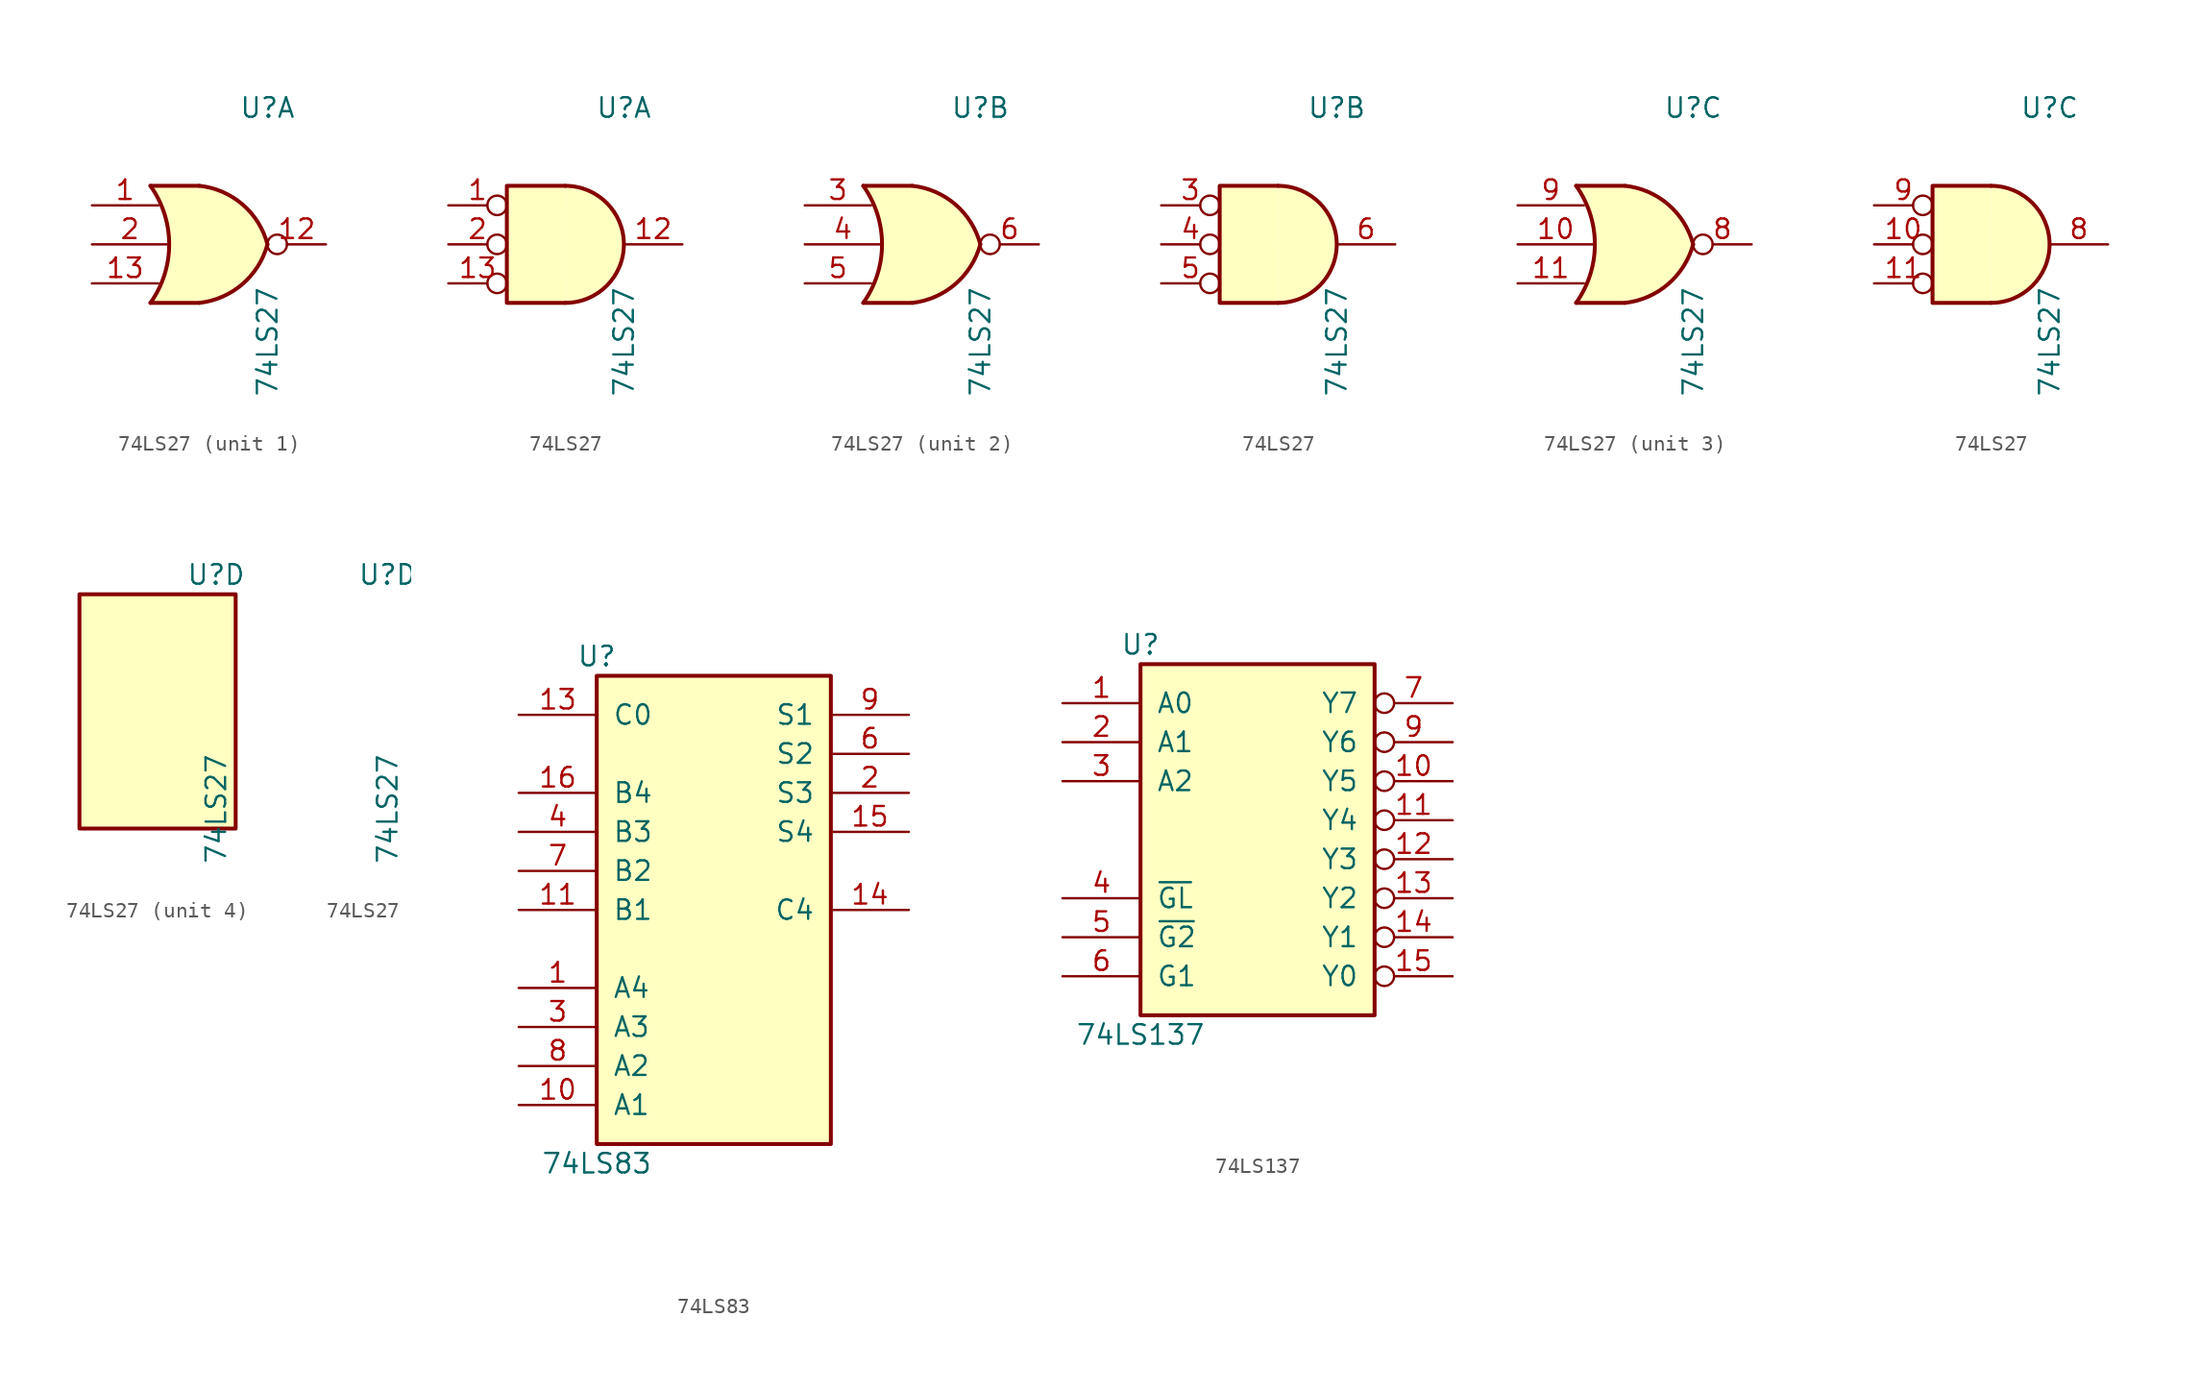
<source format=kicad_sym>
(kicad_symbol_lib
  (version 20211014)
  (generator kicad_symbol_editor)
  (symbol "74LS27"
    (pin_names
      (offset 1.016))
    (property "Reference" "U"
      (at 3.81 8.89 0)
      (effects (font (size 1.27 1.27))))
    (property "Value" "74LS27"
      (at 3.81 -6.35 90)
      (effects (font (size 1.27 1.27))))
    (property "ki_locked" ""
      (at 0 0 0)
      (effects (font (size 1.27 1.27))))
    (symbol "74LS27_1_1"
      (arc (start -3.81 -3.81) (mid -2.589 0) (end -3.81 3.81) (stroke (width 0.254) (type default) (color 0 0 0 0)) (fill (type none)))
      (arc (start -0.6096 -3.81) (mid 2.1842 -2.5851) (end 3.81 0) (stroke (width 0.254) (type default) (color 0 0 0 0)) (fill (type background)))
      (polyline (pts (xy -3.81 -3.81) (xy -0.635 -3.81)) (stroke (width 0.254) (type default) (color 0 0 0 0)) (fill (type background)))
      (polyline (pts (xy -3.81 3.81) (xy -0.635 3.81)) (stroke (width 0.254) (type default) (color 0 0 0 0)) (fill (type background)))
      (polyline (pts (xy -0.635 3.81) (xy -3.81 3.81) (xy -3.81 3.81) (xy -3.556 3.404) (xy -3.023 2.261) (xy -2.692 1.041) (xy -2.616 -0.254) (xy -2.769 -1.499) (xy -3.175 -2.718) (xy -3.81 -3.81) (xy -3.81 -3.81) (xy -0.635 -3.81)) (stroke (width -25.4) (type default) (color 0 0 0 0)) (fill (type background)))
      (arc (start 3.81 0) (mid 2.1915 2.5936) (end -0.6096 3.81) (stroke (width 0.254) (type default) (color 0 0 0 0)) (fill (type background)))
      (pin input line (at -7.62 2.54 0) (length 4.318) (name "~" (effects (font (size 1.27 1.27)))) (number "1" (effects (font (size 1.27 1.27)))))
      (pin output inverted (at 7.62 0 180) (length 3.81) (name "~" (effects (font (size 1.27 1.27)))) (number "12" (effects (font (size 1.27 1.27)))))
      (pin input line (at -7.62 -2.54 0) (length 4.318) (name "~" (effects (font (size 1.27 1.27)))) (number "13" (effects (font (size 1.27 1.27)))))
      (pin input line (at -7.62 0 0) (length 4.953) (name "~" (effects (font (size 1.27 1.27)))) (number "2" (effects (font (size 1.27 1.27))))))
    (symbol "74LS27_1_2"
      (arc (start 0 -3.81) (mid 3.81 0) (end 0 3.81) (stroke (width 0.254) (type default) (color 0 0 0 0)) (fill (type background)))
      (polyline (pts (xy 0 3.81) (xy -3.81 3.81) (xy -3.81 -3.81) (xy 0 -3.81)) (stroke (width 0.254) (type default) (color 0 0 0 0)) (fill (type background)))
      (pin input inverted (at -7.62 2.54 0) (length 3.81) (name "~" (effects (font (size 1.27 1.27)))) (number "1" (effects (font (size 1.27 1.27)))))
      (pin output line (at 7.62 0 180) (length 3.81) (name "~" (effects (font (size 1.27 1.27)))) (number "12" (effects (font (size 1.27 1.27)))))
      (pin input inverted (at -7.62 -2.54 0) (length 3.81) (name "~" (effects (font (size 1.27 1.27)))) (number "13" (effects (font (size 1.27 1.27)))))
      (pin input inverted (at -7.62 0 0) (length 3.81) (name "~" (effects (font (size 1.27 1.27)))) (number "2" (effects (font (size 1.27 1.27))))))
    (symbol "74LS27_2_1"
      (arc (start -3.81 -3.81) (mid -2.589 0) (end -3.81 3.81) (stroke (width 0.254) (type default) (color 0 0 0 0)) (fill (type none)))
      (arc (start -0.6096 -3.81) (mid 2.1842 -2.5851) (end 3.81 0) (stroke (width 0.254) (type default) (color 0 0 0 0)) (fill (type background)))
      (polyline (pts (xy -3.81 -3.81) (xy -0.635 -3.81)) (stroke (width 0.254) (type default) (color 0 0 0 0)) (fill (type background)))
      (polyline (pts (xy -3.81 3.81) (xy -0.635 3.81)) (stroke (width 0.254) (type default) (color 0 0 0 0)) (fill (type background)))
      (polyline (pts (xy -0.635 3.81) (xy -3.81 3.81) (xy -3.81 3.81) (xy -3.556 3.404) (xy -3.023 2.261) (xy -2.692 1.041) (xy -2.616 -0.254) (xy -2.769 -1.499) (xy -3.175 -2.718) (xy -3.81 -3.81) (xy -3.81 -3.81) (xy -0.635 -3.81)) (stroke (width -25.4) (type default) (color 0 0 0 0)) (fill (type background)))
      (arc (start 3.81 0) (mid 2.1915 2.5936) (end -0.6096 3.81) (stroke (width 0.254) (type default) (color 0 0 0 0)) (fill (type background)))
      (pin input line (at -7.62 2.54 0) (length 4.318) (name "~" (effects (font (size 1.27 1.27)))) (number "3" (effects (font (size 1.27 1.27)))))
      (pin input line (at -7.62 0 0) (length 4.953) (name "~" (effects (font (size 1.27 1.27)))) (number "4" (effects (font (size 1.27 1.27)))))
      (pin input line (at -7.62 -2.54 0) (length 4.318) (name "~" (effects (font (size 1.27 1.27)))) (number "5" (effects (font (size 1.27 1.27)))))
      (pin output inverted (at 7.62 0 180) (length 3.81) (name "~" (effects (font (size 1.27 1.27)))) (number "6" (effects (font (size 1.27 1.27))))))
    (symbol "74LS27_2_2"
      (arc (start 0 -3.81) (mid 3.81 0) (end 0 3.81) (stroke (width 0.254) (type default) (color 0 0 0 0)) (fill (type background)))
      (polyline (pts (xy 0 3.81) (xy -3.81 3.81) (xy -3.81 -3.81) (xy 0 -3.81)) (stroke (width 0.254) (type default) (color 0 0 0 0)) (fill (type background)))
      (pin input inverted (at -7.62 2.54 0) (length 3.81) (name "~" (effects (font (size 1.27 1.27)))) (number "3" (effects (font (size 1.27 1.27)))))
      (pin input inverted (at -7.62 0 0) (length 3.81) (name "~" (effects (font (size 1.27 1.27)))) (number "4" (effects (font (size 1.27 1.27)))))
      (pin input inverted (at -7.62 -2.54 0) (length 3.81) (name "~" (effects (font (size 1.27 1.27)))) (number "5" (effects (font (size 1.27 1.27)))))
      (pin output line (at 7.62 0 180) (length 3.81) (name "~" (effects (font (size 1.27 1.27)))) (number "6" (effects (font (size 1.27 1.27))))))
    (symbol "74LS27_3_1"
      (arc (start -3.81 -3.81) (mid -2.589 0) (end -3.81 3.81) (stroke (width 0.254) (type default) (color 0 0 0 0)) (fill (type none)))
      (arc (start -0.6096 -3.81) (mid 2.1842 -2.5851) (end 3.81 0) (stroke (width 0.254) (type default) (color 0 0 0 0)) (fill (type background)))
      (polyline (pts (xy -3.81 -3.81) (xy -0.635 -3.81)) (stroke (width 0.254) (type default) (color 0 0 0 0)) (fill (type background)))
      (polyline (pts (xy -3.81 3.81) (xy -0.635 3.81)) (stroke (width 0.254) (type default) (color 0 0 0 0)) (fill (type background)))
      (polyline (pts (xy -0.635 3.81) (xy -3.81 3.81) (xy -3.81 3.81) (xy -3.556 3.404) (xy -3.023 2.261) (xy -2.692 1.041) (xy -2.616 -0.254) (xy -2.769 -1.499) (xy -3.175 -2.718) (xy -3.81 -3.81) (xy -3.81 -3.81) (xy -0.635 -3.81)) (stroke (width -25.4) (type default) (color 0 0 0 0)) (fill (type background)))
      (arc (start 3.81 0) (mid 2.1915 2.5936) (end -0.6096 3.81) (stroke (width 0.254) (type default) (color 0 0 0 0)) (fill (type background)))
      (pin input line (at -7.62 0 0) (length 4.953) (name "~" (effects (font (size 1.27 1.27)))) (number "10" (effects (font (size 1.27 1.27)))))
      (pin input line (at -7.62 -2.54 0) (length 4.318) (name "~" (effects (font (size 1.27 1.27)))) (number "11" (effects (font (size 1.27 1.27)))))
      (pin output inverted (at 7.62 0 180) (length 3.81) (name "~" (effects (font (size 1.27 1.27)))) (number "8" (effects (font (size 1.27 1.27)))))
      (pin input line (at -7.62 2.54 0) (length 4.318) (name "~" (effects (font (size 1.27 1.27)))) (number "9" (effects (font (size 1.27 1.27))))))
    (symbol "74LS27_3_2"
      (arc (start 0 -3.81) (mid 3.81 0) (end 0 3.81) (stroke (width 0.254) (type default) (color 0 0 0 0)) (fill (type background)))
      (polyline (pts (xy 0 3.81) (xy -3.81 3.81) (xy -3.81 -3.81) (xy 0 -3.81)) (stroke (width 0.254) (type default) (color 0 0 0 0)) (fill (type background)))
      (pin input inverted (at -7.62 0 0) (length 3.81) (name "~" (effects (font (size 1.27 1.27)))) (number "10" (effects (font (size 1.27 1.27)))))
      (pin input inverted (at -7.62 -2.54 0) (length 3.81) (name "~" (effects (font (size 1.27 1.27)))) (number "11" (effects (font (size 1.27 1.27)))))
      (pin output line (at 7.62 0 180) (length 3.81) (name "~" (effects (font (size 1.27 1.27)))) (number "8" (effects (font (size 1.27 1.27)))))
      (pin input inverted (at -7.62 2.54 0) (length 3.81) (name "~" (effects (font (size 1.27 1.27)))) (number "9" (effects (font (size 1.27 1.27))))))
    (symbol "74LS27_4_0"
      (pin power_in line (at 0 7.62 270) (length 5.08) hide (name "VCC" (effects (font (size 1.27 1.27)))) (number "14" (effects (font (size 1.27 1.27)))))
      (pin power_in line (at 0 -7.62 90) (length 5.08) hide (name "VSS" (effects (font (size 1.27 1.27)))) (number "7" (effects (font (size 1.27 1.27))))))
    (symbol "74LS27_4_1"
      (rectangle (start -5.08 7.62) (end 5.08 -7.62) (stroke (width 0.254) (type default) (color 0 0 0 0)) (fill (type background)))))
  (symbol "74LS83"
    (pin_names
      (offset 1.016))
    (property "Reference" "U"
      (at -7.62 16.51 0)
      (effects (font (size 1.27 1.27))))
    (property "Value" "74LS83"
      (at -7.62 -16.51 0)
      (effects (font (size 1.27 1.27))))
    (property "ki_locked" ""
      (at 0 0 0)
      (effects (font (size 1.27 1.27))))
    (symbol "74LS83_1_0"
      (pin input line (at -12.7 -5.08 0) (length 5.08) (name "A4" (effects (font (size 1.27 1.27)))) (number "1" (effects (font (size 1.27 1.27)))))
      (pin input line (at -12.7 -12.7 0) (length 5.08) (name "A1" (effects (font (size 1.27 1.27)))) (number "10" (effects (font (size 1.27 1.27)))))
      (pin input line (at -12.7 0 0) (length 5.08) (name "B1" (effects (font (size 1.27 1.27)))) (number "11" (effects (font (size 1.27 1.27)))))
      (pin input line (at 0 -20.32 90) (length 5.08) hide (name "GND" (effects (font (size 1.27 1.27)))) (number "12" (effects (font (size 1.27 1.27)))))
      (pin input line (at -12.7 12.7 0) (length 5.08) (name "C0" (effects (font (size 1.27 1.27)))) (number "13" (effects (font (size 1.27 1.27)))))
      (pin output line (at 12.7 0 180) (length 5.08) (name "C4" (effects (font (size 1.27 1.27)))) (number "14" (effects (font (size 1.27 1.27)))))
      (pin output line (at 12.7 5.08 180) (length 5.08) (name "S4" (effects (font (size 1.27 1.27)))) (number "15" (effects (font (size 1.27 1.27)))))
      (pin input line (at -12.7 7.62 0) (length 5.08) (name "B4" (effects (font (size 1.27 1.27)))) (number "16" (effects (font (size 1.27 1.27)))))
      (pin output line (at 12.7 7.62 180) (length 5.08) (name "S3" (effects (font (size 1.27 1.27)))) (number "2" (effects (font (size 1.27 1.27)))))
      (pin input line (at -12.7 -7.62 0) (length 5.08) (name "A3" (effects (font (size 1.27 1.27)))) (number "3" (effects (font (size 1.27 1.27)))))
      (pin input line (at -12.7 5.08 0) (length 5.08) (name "B3" (effects (font (size 1.27 1.27)))) (number "4" (effects (font (size 1.27 1.27)))))
      (pin input line (at 0 20.32 270) (length 5.08) hide (name "VCC" (effects (font (size 1.27 1.27)))) (number "5" (effects (font (size 1.27 1.27)))))
      (pin output line (at 12.7 10.16 180) (length 5.08) (name "S2" (effects (font (size 1.27 1.27)))) (number "6" (effects (font (size 1.27 1.27)))))
      (pin input line (at -12.7 2.54 0) (length 5.08) (name "B2" (effects (font (size 1.27 1.27)))) (number "7" (effects (font (size 1.27 1.27)))))
      (pin input line (at -12.7 -10.16 0) (length 5.08) (name "A2" (effects (font (size 1.27 1.27)))) (number "8" (effects (font (size 1.27 1.27)))))
      (pin output line (at 12.7 12.7 180) (length 5.08) (name "S1" (effects (font (size 1.27 1.27)))) (number "9" (effects (font (size 1.27 1.27))))))
    (symbol "74LS83_1_1"
      (rectangle (start -7.62 15.24) (end 7.62 -15.24) (stroke (width 0.254) (type default) (color 0 0 0 0)) (fill (type background)))))
  (symbol "74LS137"
    (pin_names
      (offset 1.016))
    (property "Reference" "U"
      (at -7.62 11.43 0)
      (effects (font (size 1.27 1.27))))
    (property "Value" "74LS137"
      (at -7.62 -13.97 0)
      (effects (font (size 1.27 1.27))))
    (property "ki_locked" ""
      (at 0 0 0)
      (effects (font (size 1.27 1.27))))
    (symbol "74LS137_1_0"
      (pin input line (at -12.7 7.62 0) (length 5.08) (name "A0" (effects (font (size 1.27 1.27)))) (number "1" (effects (font (size 1.27 1.27)))))
      (pin output inverted (at 12.7 2.54 180) (length 5.08) (name "Y5" (effects (font (size 1.27 1.27)))) (number "10" (effects (font (size 1.27 1.27)))))
      (pin output inverted (at 12.7 0 180) (length 5.08) (name "Y4" (effects (font (size 1.27 1.27)))) (number "11" (effects (font (size 1.27 1.27)))))
      (pin output inverted (at 12.7 -2.54 180) (length 5.08) (name "Y3" (effects (font (size 1.27 1.27)))) (number "12" (effects (font (size 1.27 1.27)))))
      (pin output inverted (at 12.7 -5.08 180) (length 5.08) (name "Y2" (effects (font (size 1.27 1.27)))) (number "13" (effects (font (size 1.27 1.27)))))
      (pin output inverted (at 12.7 -7.62 180) (length 5.08) (name "Y1" (effects (font (size 1.27 1.27)))) (number "14" (effects (font (size 1.27 1.27)))))
      (pin output inverted (at 12.7 -10.16 180) (length 5.08) (name "Y0" (effects (font (size 1.27 1.27)))) (number "15" (effects (font (size 1.27 1.27)))))
      (pin input line (at 0 15.24 270) (length 5.08) hide (name "VCC" (effects (font (size 1.27 1.27)))) (number "16" (effects (font (size 1.27 1.27)))))
      (pin input line (at -12.7 5.08 0) (length 5.08) (name "A1" (effects (font (size 1.27 1.27)))) (number "2" (effects (font (size 1.27 1.27)))))
      (pin input line (at -12.7 2.54 0) (length 5.08) (name "A2" (effects (font (size 1.27 1.27)))) (number "3" (effects (font (size 1.27 1.27)))))
      (pin input line (at -12.7 -5.08 0) (length 5.08) (name "~{GL}" (effects (font (size 1.27 1.27)))) (number "4" (effects (font (size 1.27 1.27)))))
      (pin input line (at -12.7 -7.62 0) (length 5.08) (name "~{G2}" (effects (font (size 1.27 1.27)))) (number "5" (effects (font (size 1.27 1.27)))))
      (pin input line (at -12.7 -10.16 0) (length 5.08) (name "G1" (effects (font (size 1.27 1.27)))) (number "6" (effects (font (size 1.27 1.27)))))
      (pin output inverted (at 12.7 7.62 180) (length 5.08) (name "Y7" (effects (font (size 1.27 1.27)))) (number "7" (effects (font (size 1.27 1.27)))))
      (pin input line (at 0 -17.78 90) (length 5.08) hide (name "GND" (effects (font (size 1.27 1.27)))) (number "8" (effects (font (size 1.27 1.27)))))
      (pin output inverted (at 12.7 5.08 180) (length 5.08) (name "Y6" (effects (font (size 1.27 1.27)))) (number "9" (effects (font (size 1.27 1.27))))))
    (symbol "74LS137_1_1"
      (rectangle (start -7.62 10.16) (end 7.62 -12.7) (stroke (width 0.254) (type default) (color 0 0 0 0)) (fill (type background))))))
</source>
